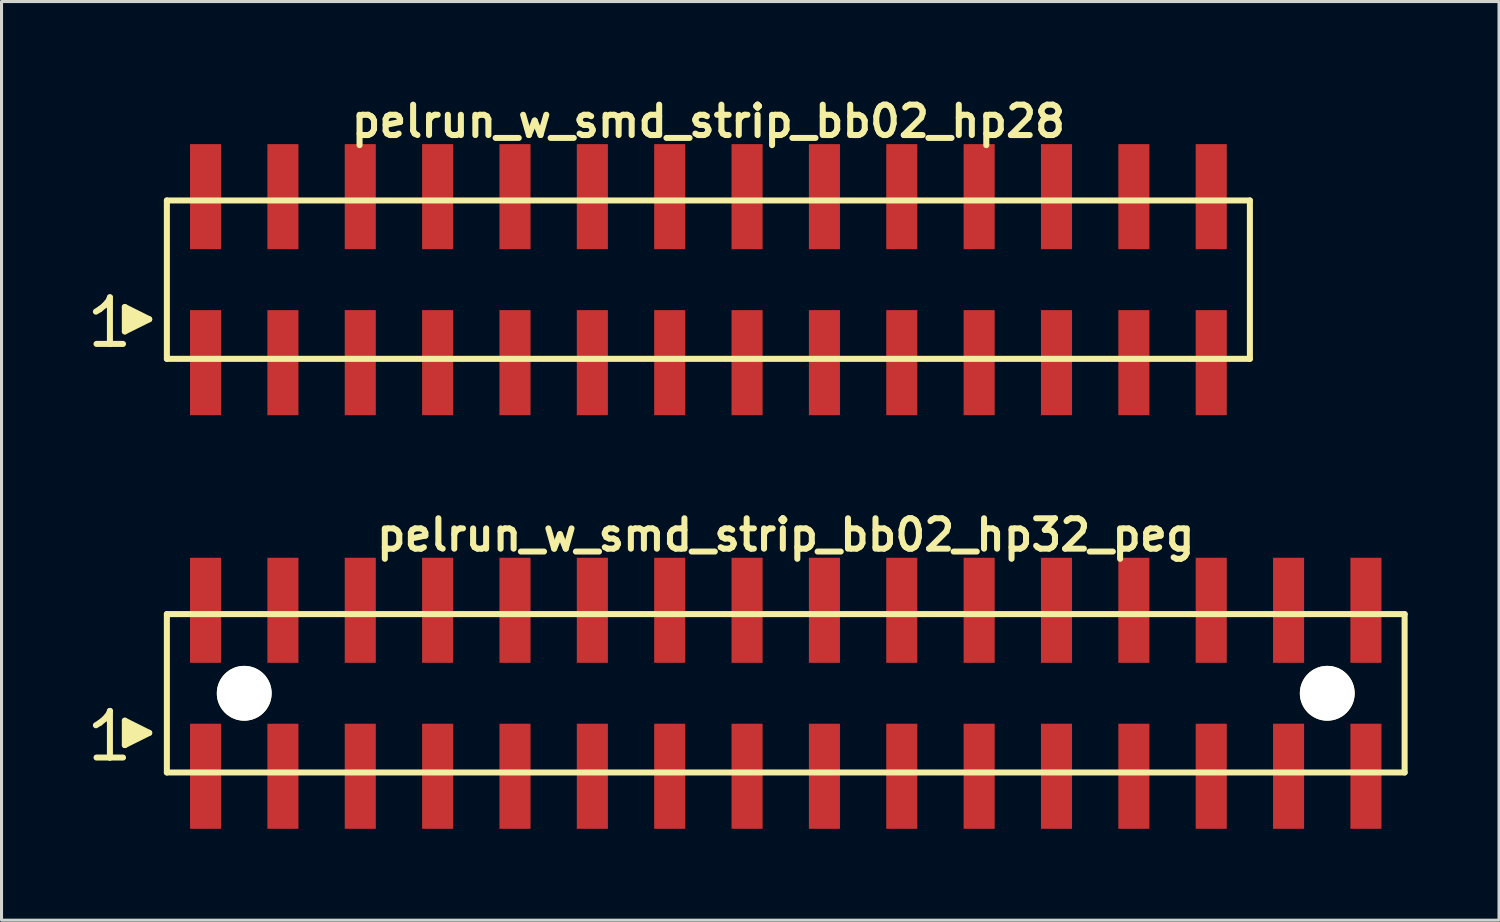
<source format=kicad_pcb>
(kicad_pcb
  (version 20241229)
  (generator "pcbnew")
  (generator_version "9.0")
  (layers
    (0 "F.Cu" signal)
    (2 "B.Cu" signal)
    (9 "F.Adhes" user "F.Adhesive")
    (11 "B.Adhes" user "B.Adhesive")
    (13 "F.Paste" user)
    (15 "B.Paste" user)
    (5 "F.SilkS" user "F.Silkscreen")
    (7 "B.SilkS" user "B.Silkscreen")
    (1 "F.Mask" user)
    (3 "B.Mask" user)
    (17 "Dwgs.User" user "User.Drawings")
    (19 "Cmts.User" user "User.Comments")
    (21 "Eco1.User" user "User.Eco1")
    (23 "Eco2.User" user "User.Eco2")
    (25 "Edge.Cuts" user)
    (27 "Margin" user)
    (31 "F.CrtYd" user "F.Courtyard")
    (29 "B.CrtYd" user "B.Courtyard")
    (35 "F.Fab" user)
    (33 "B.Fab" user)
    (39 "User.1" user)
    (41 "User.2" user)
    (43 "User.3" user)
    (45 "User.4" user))
  (footprint "pelrun_w_smd_strip_bb02_hp32_peg"
    (layer "F.Cu")
    (at 22.749 19.713)
    (property "Reference" "pelrun_w_smd_strip_bb02_hp32_peg" (at 0 -5.2 0) (layer "F.SilkS") (effects (font (size 0.998 0.998) (thickness 0.198))))
    (attr through_hole)
    (fp_line (start -22.65 1.05) (end -22.52 0.97) (stroke (width 0.198) (type solid)) (layer "F.SilkS"))
    (fp_line (start -22.52 0.97) (end -22.36 0.84) (stroke (width 0.198) (type solid)) (layer "F.SilkS"))
    (fp_line (start -22.36 0.84) (end -22.22 0.67) (stroke (width 0.198) (type solid)) (layer "F.SilkS"))
    (fp_line (start -22.22 0.67) (end -22.19 0.58) (stroke (width 0.198) (type solid)) (layer "F.SilkS"))
    (fp_line (start -22.19 0.58) (end -22.19 2.11) (stroke (width 0.198) (type solid)) (layer "F.SilkS"))
    (fp_line (start -22.19 2.11) (end -22.63 2.11) (stroke (width 0.198) (type solid)) (layer "F.SilkS"))
    (fp_line (start -21.76 2.11) (end -22.2 2.11) (stroke (width 0.198) (type solid)) (layer "F.SilkS"))
    (fp_line (start -21.7 0.9) (end -20.9 1.3) (stroke (width 0.198) (type solid)) (layer "F.SilkS"))
    (fp_line (start -21.7 1.7) (end -21.7 0.9) (stroke (width 0.198) (type solid)) (layer "F.SilkS"))
    (fp_line (start -21.6 1.6) (end -21.6 1) (stroke (width 0.198) (type solid)) (layer "F.SilkS"))
    (fp_line (start -21.5 1.1) (end -21.5 1.5) (stroke (width 0.198) (type solid)) (layer "F.SilkS"))
    (fp_line (start -21.4 1.5) (end -21.4 1.1) (stroke (width 0.198) (type solid)) (layer "F.SilkS"))
    (fp_line (start -21.3 1.2) (end -21.3 1.4) (stroke (width 0.198) (type solid)) (layer "F.SilkS"))
    (fp_line (start -21.2 1.4) (end -21.2 1.2) (stroke (width 0.198) (type solid)) (layer "F.SilkS"))
    (fp_line (start -20.9 1.3) (end -21.7 1.7) (stroke (width 0.198) (type solid)) (layer "F.SilkS"))
    (fp_line (start -20.32 -2.6) (end -20.32 2.6) (stroke (width 0.198) (type solid)) (layer "F.SilkS"))
    (fp_line (start -20.32 -2.6) (end 20.32 -2.6) (stroke (width 0.198) (type solid)) (layer "F.SilkS"))
    (fp_line (start 20.32 2.6) (end -20.32 2.6) (stroke (width 0.198) (type solid)) (layer "F.SilkS"))
    (fp_line (start 20.32 2.6) (end 20.32 -2.6) (stroke (width 0.198) (type solid)) (layer "F.SilkS"))
    (pad "" np_thru_hole circle (at -17.78 0) (size 1.8 1.8) (drill 1.8) (layers "*.Cu" "*.Mask" "F.SilkS"))
    (pad "" np_thru_hole circle (at 17.78 0) (size 1.8 1.8) (drill 1.8) (layers "*.Cu" "*.Mask" "F.SilkS"))
    (pad "1" smd rect (at -19.05 2.725) (size 1.02 3.45) (layers "F.Cu" "F.Mask" "F.Paste"))
    (pad "2" smd rect (at -19.05 -2.725) (size 1.02 3.45) (layers "F.Cu" "F.Mask" "F.Paste"))
    (pad "3" smd rect (at -16.51 2.725) (size 1.02 3.45) (layers "F.Cu" "F.Mask" "F.Paste"))
    (pad "4" smd rect (at -16.51 -2.725) (size 1.02 3.45) (layers "F.Cu" "F.Mask" "F.Paste"))
    (pad "5" smd rect (at -13.97 2.725) (size 1.02 3.45) (layers "F.Cu" "F.Mask" "F.Paste"))
    (pad "6" smd rect (at -13.97 -2.725) (size 1.02 3.45) (layers "F.Cu" "F.Mask" "F.Paste"))
    (pad "7" smd rect (at -11.43 2.725) (size 1.02 3.45) (layers "F.Cu" "F.Mask" "F.Paste"))
    (pad "8" smd rect (at -11.43 -2.725) (size 1.02 3.45) (layers "F.Cu" "F.Mask" "F.Paste"))
    (pad "9" smd rect (at -8.89 2.725) (size 1.02 3.45) (layers "F.Cu" "F.Mask" "F.Paste"))
    (pad "10" smd rect (at -8.89 -2.725) (size 1.02 3.45) (layers "F.Cu" "F.Mask" "F.Paste"))
    (pad "11" smd rect (at -6.35 2.725) (size 1.02 3.45) (layers "F.Cu" "F.Mask" "F.Paste"))
    (pad "12" smd rect (at -6.35 -2.725) (size 1.02 3.45) (layers "F.Cu" "F.Mask" "F.Paste"))
    (pad "13" smd rect (at -3.81 2.725) (size 1.02 3.45) (layers "F.Cu" "F.Mask" "F.Paste"))
    (pad "14" smd rect (at -3.81 -2.725) (size 1.02 3.45) (layers "F.Cu" "F.Mask" "F.Paste"))
    (pad "15" smd rect (at -1.27 2.725) (size 1.02 3.45) (layers "F.Cu" "F.Mask" "F.Paste"))
    (pad "16" smd rect (at -1.27 -2.725) (size 1.02 3.45) (layers "F.Cu" "F.Mask" "F.Paste"))
    (pad "17" smd rect (at 1.27 2.725) (size 1.02 3.45) (layers "F.Cu" "F.Mask" "F.Paste"))
    (pad "18" smd rect (at 1.27 -2.725) (size 1.02 3.45) (layers "F.Cu" "F.Mask" "F.Paste"))
    (pad "19" smd rect (at 3.81 2.725) (size 1.02 3.45) (layers "F.Cu" "F.Mask" "F.Paste"))
    (pad "20" smd rect (at 3.81 -2.725) (size 1.02 3.45) (layers "F.Cu" "F.Mask" "F.Paste"))
    (pad "21" smd rect (at 6.35 2.725) (size 1.02 3.45) (layers "F.Cu" "F.Mask" "F.Paste"))
    (pad "22" smd rect (at 6.35 -2.725) (size 1.02 3.45) (layers "F.Cu" "F.Mask" "F.Paste"))
    (pad "23" smd rect (at 8.89 2.725) (size 1.02 3.45) (layers "F.Cu" "F.Mask" "F.Paste"))
    (pad "24" smd rect (at 8.89 -2.725) (size 1.02 3.45) (layers "F.Cu" "F.Mask" "F.Paste"))
    (pad "25" smd rect (at 11.43 2.725) (size 1.02 3.45) (layers "F.Cu" "F.Mask" "F.Paste"))
    (pad "26" smd rect (at 11.43 -2.725) (size 1.02 3.45) (layers "F.Cu" "F.Mask" "F.Paste"))
    (pad "27" smd rect (at 13.97 2.725) (size 1.02 3.45) (layers "F.Cu" "F.Mask" "F.Paste"))
    (pad "28" smd rect (at 13.97 -2.725) (size 1.02 3.45) (layers "F.Cu" "F.Mask" "F.Paste"))
    (pad "29" smd rect (at 16.51 2.725) (size 1.02 3.45) (layers "F.Cu" "F.Mask" "F.Paste"))
    (pad "30" smd rect (at 16.51 -2.725) (size 1.02 3.45) (layers "F.Cu" "F.Mask" "F.Paste"))
    (pad "31" smd rect (at 19.05 2.725) (size 1.02 3.45) (layers "F.Cu" "F.Mask" "F.Paste"))
    (pad "32" smd rect (at 19.05 -2.725) (size 1.02 3.45) (layers "F.Cu" "F.Mask" "F.Paste")))
  (footprint "pelrun_w_smd_strip_bb02_hp28"
    (layer "F.Cu")
    (at 20.209 6.132)
    (property "Reference" "pelrun_w_smd_strip_bb02_hp28" (at 0 -5.2 0) (layer "F.SilkS") (effects (font (size 0.998 0.998) (thickness 0.198))))
    (attr through_hole)
    (fp_line (start -20.11 1.05) (end -19.98 0.97) (stroke (width 0.198) (type solid)) (layer "F.SilkS"))
    (fp_line (start -19.98 0.97) (end -19.82 0.84) (stroke (width 0.198) (type solid)) (layer "F.SilkS"))
    (fp_line (start -19.82 0.84) (end -19.68 0.67) (stroke (width 0.198) (type solid)) (layer "F.SilkS"))
    (fp_line (start -19.68 0.67) (end -19.65 0.58) (stroke (width 0.198) (type solid)) (layer "F.SilkS"))
    (fp_line (start -19.65 0.58) (end -19.65 2.11) (stroke (width 0.198) (type solid)) (layer "F.SilkS"))
    (fp_line (start -19.65 2.11) (end -20.09 2.11) (stroke (width 0.198) (type solid)) (layer "F.SilkS"))
    (fp_line (start -19.22 2.11) (end -19.66 2.11) (stroke (width 0.198) (type solid)) (layer "F.SilkS"))
    (fp_line (start -19.16 0.9) (end -18.36 1.3) (stroke (width 0.198) (type solid)) (layer "F.SilkS"))
    (fp_line (start -19.16 1.7) (end -19.16 0.9) (stroke (width 0.198) (type solid)) (layer "F.SilkS"))
    (fp_line (start -19.06 1.6) (end -19.06 1) (stroke (width 0.198) (type solid)) (layer "F.SilkS"))
    (fp_line (start -18.96 1.1) (end -18.96 1.5) (stroke (width 0.198) (type solid)) (layer "F.SilkS"))
    (fp_line (start -18.86 1.5) (end -18.86 1.1) (stroke (width 0.198) (type solid)) (layer "F.SilkS"))
    (fp_line (start -18.76 1.2) (end -18.76 1.4) (stroke (width 0.198) (type solid)) (layer "F.SilkS"))
    (fp_line (start -18.66 1.4) (end -18.66 1.2) (stroke (width 0.198) (type solid)) (layer "F.SilkS"))
    (fp_line (start -18.36 1.3) (end -19.16 1.7) (stroke (width 0.198) (type solid)) (layer "F.SilkS"))
    (fp_line (start -17.78 -2.6) (end -17.78 2.6) (stroke (width 0.198) (type solid)) (layer "F.SilkS"))
    (fp_line (start -17.78 -2.6) (end 17.78 -2.6) (stroke (width 0.198) (type solid)) (layer "F.SilkS"))
    (fp_line (start 17.78 2.6) (end -17.78 2.6) (stroke (width 0.198) (type solid)) (layer "F.SilkS"))
    (fp_line (start 17.78 2.6) (end 17.78 -2.6) (stroke (width 0.198) (type solid)) (layer "F.SilkS"))
    (pad "1" smd rect (at -16.51 2.725) (size 1.02 3.45) (layers "F.Cu" "F.Mask" "F.Paste"))
    (pad "2" smd rect (at -16.51 -2.725) (size 1.02 3.45) (layers "F.Cu" "F.Mask" "F.Paste"))
    (pad "3" smd rect (at -13.97 2.725) (size 1.02 3.45) (layers "F.Cu" "F.Mask" "F.Paste"))
    (pad "4" smd rect (at -13.97 -2.725) (size 1.02 3.45) (layers "F.Cu" "F.Mask" "F.Paste"))
    (pad "5" smd rect (at -11.43 2.725) (size 1.02 3.45) (layers "F.Cu" "F.Mask" "F.Paste"))
    (pad "6" smd rect (at -11.43 -2.725) (size 1.02 3.45) (layers "F.Cu" "F.Mask" "F.Paste"))
    (pad "7" smd rect (at -8.89 2.725) (size 1.02 3.45) (layers "F.Cu" "F.Mask" "F.Paste"))
    (pad "8" smd rect (at -8.89 -2.725) (size 1.02 3.45) (layers "F.Cu" "F.Mask" "F.Paste"))
    (pad "9" smd rect (at -6.35 2.725) (size 1.02 3.45) (layers "F.Cu" "F.Mask" "F.Paste"))
    (pad "10" smd rect (at -6.35 -2.725) (size 1.02 3.45) (layers "F.Cu" "F.Mask" "F.Paste"))
    (pad "11" smd rect (at -3.81 2.725) (size 1.02 3.45) (layers "F.Cu" "F.Mask" "F.Paste"))
    (pad "12" smd rect (at -3.81 -2.725) (size 1.02 3.45) (layers "F.Cu" "F.Mask" "F.Paste"))
    (pad "13" smd rect (at -1.27 2.725) (size 1.02 3.45) (layers "F.Cu" "F.Mask" "F.Paste"))
    (pad "14" smd rect (at -1.27 -2.725) (size 1.02 3.45) (layers "F.Cu" "F.Mask" "F.Paste"))
    (pad "15" smd rect (at 1.27 2.725) (size 1.02 3.45) (layers "F.Cu" "F.Mask" "F.Paste"))
    (pad "16" smd rect (at 1.27 -2.725) (size 1.02 3.45) (layers "F.Cu" "F.Mask" "F.Paste"))
    (pad "17" smd rect (at 3.81 2.725) (size 1.02 3.45) (layers "F.Cu" "F.Mask" "F.Paste"))
    (pad "18" smd rect (at 3.81 -2.725) (size 1.02 3.45) (layers "F.Cu" "F.Mask" "F.Paste"))
    (pad "19" smd rect (at 6.35 2.725) (size 1.02 3.45) (layers "F.Cu" "F.Mask" "F.Paste"))
    (pad "20" smd rect (at 6.35 -2.725) (size 1.02 3.45) (layers "F.Cu" "F.Mask" "F.Paste"))
    (pad "21" smd rect (at 8.89 2.725) (size 1.02 3.45) (layers "F.Cu" "F.Mask" "F.Paste"))
    (pad "22" smd rect (at 8.89 -2.725) (size 1.02 3.45) (layers "F.Cu" "F.Mask" "F.Paste"))
    (pad "23" smd rect (at 11.43 2.725) (size 1.02 3.45) (layers "F.Cu" "F.Mask" "F.Paste"))
    (pad "24" smd rect (at 11.43 -2.725) (size 1.02 3.45) (layers "F.Cu" "F.Mask" "F.Paste"))
    (pad "25" smd rect (at 13.97 2.725) (size 1.02 3.45) (layers "F.Cu" "F.Mask" "F.Paste"))
    (pad "26" smd rect (at 13.97 -2.725) (size 1.02 3.45) (layers "F.Cu" "F.Mask" "F.Paste"))
    (pad "27" smd rect (at 16.51 2.725) (size 1.02 3.45) (layers "F.Cu" "F.Mask" "F.Paste"))
    (pad "28" smd rect (at 16.51 -2.725) (size 1.02 3.45) (layers "F.Cu" "F.Mask" "F.Paste")))
  (gr_rect
    (start -3 -3)
    (end 46.168 27.163)
    (stroke (width 0.1) (type default))
    (fill no)
    (layer "Edge.Cuts")))
</source>
